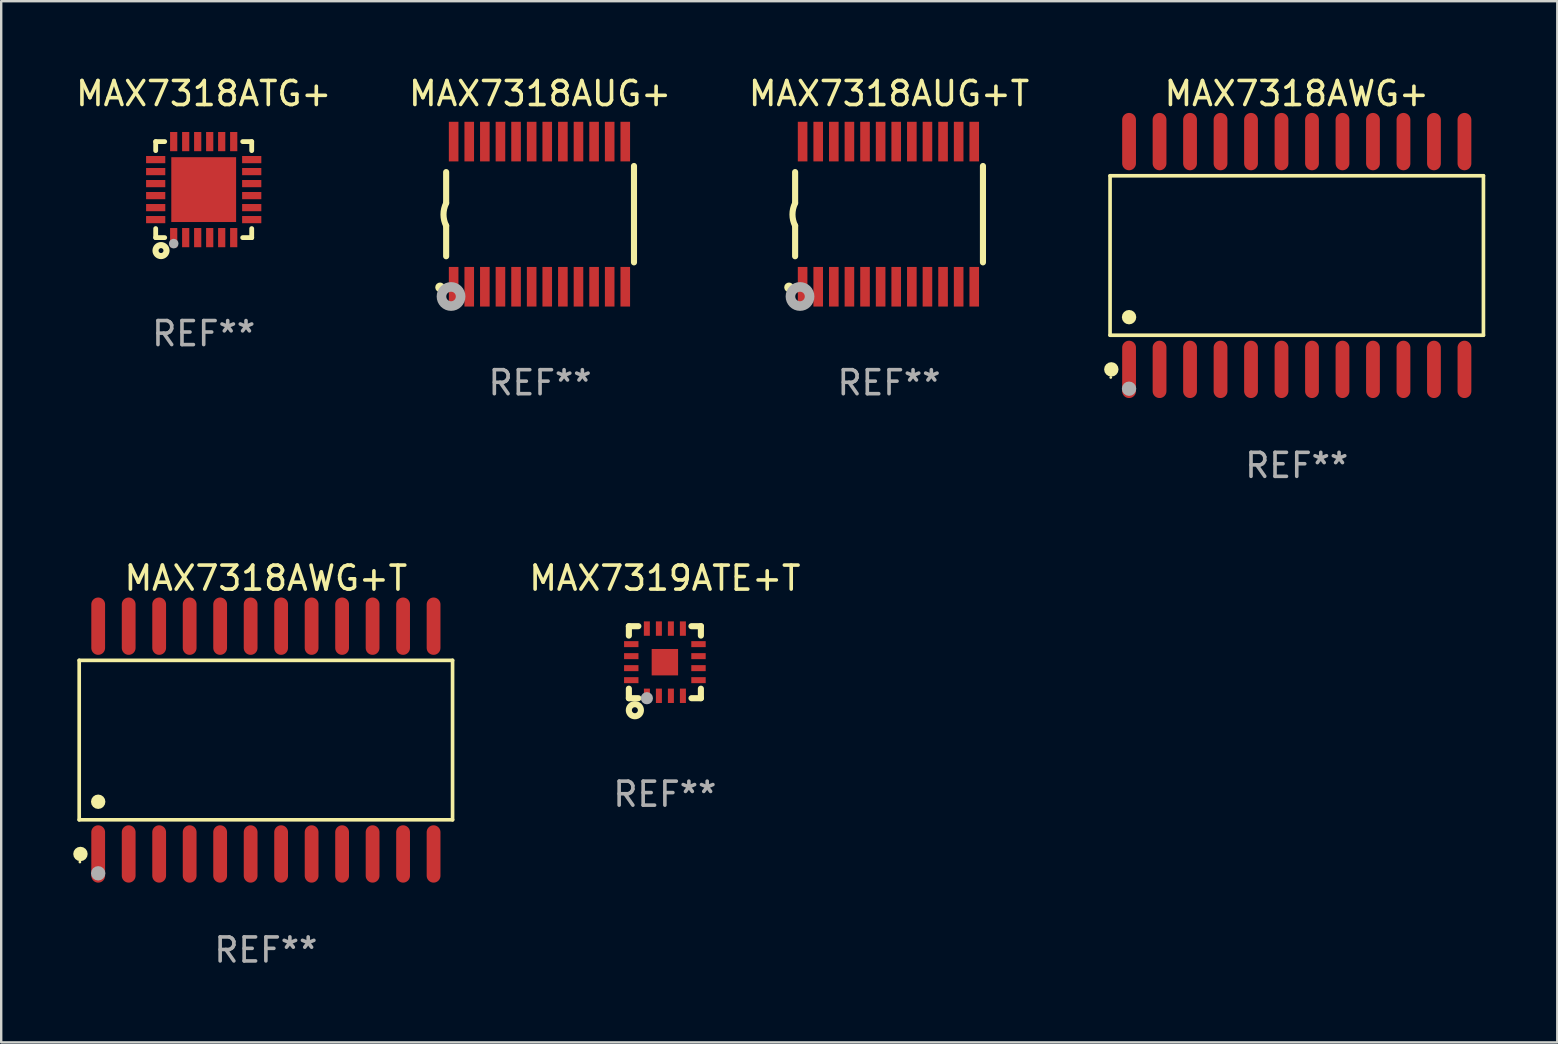
<source format=kicad_pcb>
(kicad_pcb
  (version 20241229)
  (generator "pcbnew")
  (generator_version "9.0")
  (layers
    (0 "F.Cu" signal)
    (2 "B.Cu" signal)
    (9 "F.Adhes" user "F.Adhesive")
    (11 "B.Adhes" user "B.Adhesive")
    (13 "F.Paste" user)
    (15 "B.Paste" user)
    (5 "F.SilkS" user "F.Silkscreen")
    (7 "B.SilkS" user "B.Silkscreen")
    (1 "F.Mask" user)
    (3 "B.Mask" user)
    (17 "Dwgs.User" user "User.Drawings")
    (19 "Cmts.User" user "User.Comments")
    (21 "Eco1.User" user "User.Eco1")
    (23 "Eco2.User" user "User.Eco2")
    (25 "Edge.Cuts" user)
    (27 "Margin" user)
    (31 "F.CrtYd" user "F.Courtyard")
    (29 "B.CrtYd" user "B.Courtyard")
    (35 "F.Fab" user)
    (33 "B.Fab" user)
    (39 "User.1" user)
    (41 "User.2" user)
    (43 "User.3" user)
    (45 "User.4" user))
  (footprint "MAX7318AWG+"
    (layer "F.Cu")
    (at 50.965 7.592)
    (property "Reference" "MAX7318AWG+" (at 0 -6.744 0) (layer "F.SilkS") (effects (font (size 1 1) (thickness 0.15))))
    (attr through_hole)
    (fp_line (start -7.776 -3.321) (end 7.776 -3.321) (stroke (width 0.152) (type solid)) (layer "F.SilkS"))
    (fp_line (start -7.776 3.321) (end -7.776 -3.321) (stroke (width 0.152) (type solid)) (layer "F.SilkS"))
    (fp_line (start 7.776 -3.321) (end 7.776 3.321) (stroke (width 0.152) (type solid)) (layer "F.SilkS"))
    (fp_line (start 7.776 3.321) (end -7.776 3.321) (stroke (width 0.152) (type solid)) (layer "F.SilkS"))
    (fp_circle (center -7.747 5.08) (end -7.717 5.08) (stroke (width 0.06) (type solid)) (fill no) (layer "F.SilkS"))
    (fp_circle (center -7.724 4.744) (end -7.574 4.744) (stroke (width 0.3) (type solid)) (fill no) (layer "F.SilkS"))
    (fp_circle (center -6.985 2.569) (end -6.835 2.569) (stroke (width 0.3) (type solid)) (fill no) (layer "F.SilkS"))
    (fp_circle (center -6.985 5.55) (end -6.835 5.55) (stroke (width 0.3) (type solid)) (fill no) (layer "F.Fab"))
    (fp_text user "REF**" (at 0 8.744 0) (layer "F.Fab") (effects (font (size 1 1) (thickness 0.15))))
    (pad "1" smd oval (at -6.985 4.744) (size 0.574 2.388) (layers "F.Cu" "F.Mask" "F.Paste"))
    (pad "2" smd oval (at -5.715 4.744) (size 0.574 2.388) (layers "F.Cu" "F.Mask" "F.Paste"))
    (pad "3" smd oval (at -4.445 4.744) (size 0.574 2.388) (layers "F.Cu" "F.Mask" "F.Paste"))
    (pad "4" smd oval (at -3.175 4.744) (size 0.574 2.388) (layers "F.Cu" "F.Mask" "F.Paste"))
    (pad "5" smd oval (at -1.905 4.744) (size 0.574 2.388) (layers "F.Cu" "F.Mask" "F.Paste"))
    (pad "6" smd oval (at -0.635 4.744) (size 0.574 2.388) (layers "F.Cu" "F.Mask" "F.Paste"))
    (pad "7" smd oval (at 0.635 4.744) (size 0.574 2.388) (layers "F.Cu" "F.Mask" "F.Paste"))
    (pad "8" smd oval (at 1.905 4.744) (size 0.574 2.388) (layers "F.Cu" "F.Mask" "F.Paste"))
    (pad "9" smd oval (at 3.175 4.744) (size 0.574 2.388) (layers "F.Cu" "F.Mask" "F.Paste"))
    (pad "10" smd oval (at 4.445 4.744) (size 0.574 2.388) (layers "F.Cu" "F.Mask" "F.Paste"))
    (pad "11" smd oval (at 5.715 4.744) (size 0.574 2.388) (layers "F.Cu" "F.Mask" "F.Paste"))
    (pad "12" smd oval (at 6.985 4.744) (size 0.574 2.388) (layers "F.Cu" "F.Mask" "F.Paste"))
    (pad "13" smd oval (at 6.985 -4.744) (size 0.574 2.388) (layers "F.Cu" "F.Mask" "F.Paste"))
    (pad "14" smd oval (at 5.715 -4.744) (size 0.574 2.388) (layers "F.Cu" "F.Mask" "F.Paste"))
    (pad "15" smd oval (at 4.445 -4.744) (size 0.574 2.388) (layers "F.Cu" "F.Mask" "F.Paste"))
    (pad "16" smd oval (at 3.175 -4.744) (size 0.574 2.388) (layers "F.Cu" "F.Mask" "F.Paste"))
    (pad "17" smd oval (at 1.905 -4.744) (size 0.574 2.388) (layers "F.Cu" "F.Mask" "F.Paste"))
    (pad "18" smd oval (at 0.635 -4.744) (size 0.574 2.388) (layers "F.Cu" "F.Mask" "F.Paste"))
    (pad "19" smd oval (at -0.635 -4.744) (size 0.574 2.388) (layers "F.Cu" "F.Mask" "F.Paste"))
    (pad "20" smd oval (at -1.905 -4.744) (size 0.574 2.388) (layers "F.Cu" "F.Mask" "F.Paste"))
    (pad "21" smd oval (at -3.175 -4.744) (size 0.574 2.388) (layers "F.Cu" "F.Mask" "F.Paste"))
    (pad "22" smd oval (at -4.445 -4.744) (size 0.574 2.388) (layers "F.Cu" "F.Mask" "F.Paste"))
    (pad "23" smd oval (at -5.715 -4.744) (size 0.574 2.388) (layers "F.Cu" "F.Mask" "F.Paste"))
    (pad "24" smd oval (at -6.985 -4.744) (size 0.574 2.388) (layers "F.Cu" "F.Mask" "F.Paste")))
  (footprint "MAX7318AUG+T"
    (layer "F.Cu")
    (at 33.982 5.871)
    (property "Reference" "MAX7318AUG+T" (at 0 -5.023 0) (layer "F.SilkS") (effects (font (size 1 1) (thickness 0.15))))
    (attr through_hole)
    (fp_line (start -3.912 -0.483) (end -3.912 -1.753) (stroke (width 0.254) (type solid)) (layer "F.SilkS"))
    (fp_line (start -3.912 1.753) (end -3.912 0.483) (stroke (width 0.254) (type solid)) (layer "F.SilkS"))
    (fp_line (start 3.912 -2.007) (end 3.912 2.007) (stroke (width 0.254) (type solid)) (layer "F.SilkS"))
    (fp_arc (start -3.911608 0.482601) (mid -4.022537 0.0127) (end -3.911608 -0.457201) (stroke (width 0.254001) (type solid)) (layer "F.SilkS"))
    (fp_circle (center -4.166 3.048) (end -4.066 3.048) (stroke (width 0.2) (type solid)) (fill no) (layer "F.SilkS"))
    (fp_circle (center -3.925 3.186) (end -3.895 3.186) (stroke (width 0.06) (type solid)) (fill no) (layer "F.SilkS"))
    (fp_circle (center -3.708 3.429) (end -3.509 3.429) (stroke (width 0.4) (type solid)) (fill no) (layer "F.Fab"))
    (fp_text user "REF**" (at 0 7.023 0) (layer "F.Fab") (effects (font (size 1 1) (thickness 0.15))))
    (pad "1" smd rect (at -3.6 3.023) (size 0.4 1.65) (layers "F.Cu" "F.Mask" "F.Paste"))
    (pad "2" smd rect (at -2.95 3.023) (size 0.4 1.65) (layers "F.Cu" "F.Mask" "F.Paste"))
    (pad "3" smd rect (at -2.3 3.023) (size 0.4 1.65) (layers "F.Cu" "F.Mask" "F.Paste"))
    (pad "4" smd rect (at -1.65 3.023) (size 0.4 1.65) (layers "F.Cu" "F.Mask" "F.Paste"))
    (pad "5" smd rect (at -1 3.023) (size 0.4 1.65) (layers "F.Cu" "F.Mask" "F.Paste"))
    (pad "6" smd rect (at -0.35 3.023) (size 0.4 1.65) (layers "F.Cu" "F.Mask" "F.Paste"))
    (pad "7" smd rect (at 0.299 3.023) (size 0.4 1.65) (layers "F.Cu" "F.Mask" "F.Paste"))
    (pad "8" smd rect (at 0.95 3.023) (size 0.4 1.65) (layers "F.Cu" "F.Mask" "F.Paste"))
    (pad "9" smd rect (at 1.6 3.023) (size 0.4 1.65) (layers "F.Cu" "F.Mask" "F.Paste"))
    (pad "10" smd rect (at 2.25 3.023) (size 0.4 1.65) (layers "F.Cu" "F.Mask" "F.Paste"))
    (pad "11" smd rect (at 2.9 3.023) (size 0.4 1.65) (layers "F.Cu" "F.Mask" "F.Paste"))
    (pad "12" smd rect (at 3.549 3.023) (size 0.4 1.65) (layers "F.Cu" "F.Mask" "F.Paste"))
    (pad "13" smd rect (at 3.549 -3.023) (size 0.4 1.65) (layers "F.Cu" "F.Mask" "F.Paste"))
    (pad "14" smd rect (at 2.9 -3.023) (size 0.4 1.65) (layers "F.Cu" "F.Mask" "F.Paste"))
    (pad "15" smd rect (at 2.25 -3.023) (size 0.4 1.65) (layers "F.Cu" "F.Mask" "F.Paste"))
    (pad "16" smd rect (at 1.6 -3.023) (size 0.4 1.65) (layers "F.Cu" "F.Mask" "F.Paste"))
    (pad "17" smd rect (at 0.95 -3.023) (size 0.4 1.65) (layers "F.Cu" "F.Mask" "F.Paste"))
    (pad "18" smd rect (at 0.299 -3.023) (size 0.4 1.65) (layers "F.Cu" "F.Mask" "F.Paste"))
    (pad "19" smd rect (at -0.35 -3.023) (size 0.4 1.65) (layers "F.Cu" "F.Mask" "F.Paste"))
    (pad "20" smd rect (at -1 -3.023) (size 0.4 1.65) (layers "F.Cu" "F.Mask" "F.Paste"))
    (pad "21" smd rect (at -1.65 -3.023) (size 0.4 1.65) (layers "F.Cu" "F.Mask" "F.Paste"))
    (pad "22" smd rect (at -2.3 -3.023) (size 0.4 1.65) (layers "F.Cu" "F.Mask" "F.Paste"))
    (pad "23" smd rect (at -2.95 -3.023) (size 0.4 1.65) (layers "F.Cu" "F.Mask" "F.Paste"))
    (pad "24" smd rect (at -3.6 -3.023) (size 0.4 1.65) (layers "F.Cu" "F.Mask" "F.Paste")))
  (footprint "MAX7318ATG+"
    (layer "F.Cu")
    (at 5.435 4.848)
    (property "Reference" "MAX7318ATG+" (at 0 -4 0) (layer "F.SilkS") (effects (font (size 1 1) (thickness 0.15))))
    (attr through_hole)
    (fp_line (start -2 -2) (end -1.624 -2) (stroke (width 0.2) (type solid)) (layer "F.SilkS"))
    (fp_line (start -2 -1.624) (end -2 -2) (stroke (width 0.2) (type solid)) (layer "F.SilkS"))
    (fp_line (start -2 2) (end -2 1.624) (stroke (width 0.2) (type solid)) (layer "F.SilkS"))
    (fp_line (start -2 2) (end -1.624 2) (stroke (width 0.2) (type solid)) (layer "F.SilkS"))
    (fp_line (start 1.624 -2) (end 2 -2) (stroke (width 0.2) (type solid)) (layer "F.SilkS"))
    (fp_line (start 1.624 2) (end 2 2) (stroke (width 0.2) (type solid)) (layer "F.SilkS"))
    (fp_line (start 2 -2) (end 2 -1.624) (stroke (width 0.2) (type solid)) (layer "F.SilkS"))
    (fp_line (start 2 1.624) (end 2 2) (stroke (width 0.2) (type solid)) (layer "F.SilkS"))
    (fp_circle (center -2 2) (end -1.97 2) (stroke (width 0.06) (type solid)) (fill no) (layer "F.SilkS"))
    (fp_circle (center -1.778 2.54) (end -1.676 2.54) (stroke (width 0.254) (type solid)) (fill no) (layer "F.SilkS"))
    (fp_circle (center -1.25 2.25) (end -1.15 2.25) (stroke (width 0.2) (type solid)) (fill no) (layer "F.Fab"))
    (fp_text user "REF**" (at 0 6 0) (layer "F.Fab") (effects (font (size 1 1) (thickness 0.15))))
    (pad "1" smd rect (at -1.25 2) (size 0.3 0.8) (layers "F.Cu" "F.Mask" "F.Paste"))
    (pad "2" smd rect (at -0.75 2) (size 0.3 0.8) (layers "F.Cu" "F.Mask" "F.Paste"))
    (pad "3" smd rect (at -0.25 2) (size 0.3 0.8) (layers "F.Cu" "F.Mask" "F.Paste"))
    (pad "4" smd rect (at 0.25 2) (size 0.3 0.8) (layers "F.Cu" "F.Mask" "F.Paste"))
    (pad "5" smd rect (at 0.75 2) (size 0.3 0.8) (layers "F.Cu" "F.Mask" "F.Paste"))
    (pad "6" smd rect (at 1.25 2) (size 0.3 0.8) (layers "F.Cu" "F.Mask" "F.Paste"))
    (pad "7" smd rect (at 2 1.25 90) (size 0.3 0.8) (layers "F.Cu" "F.Mask" "F.Paste"))
    (pad "8" smd rect (at 2 0.75 90) (size 0.3 0.8) (layers "F.Cu" "F.Mask" "F.Paste"))
    (pad "9" smd rect (at 2 0.25 90) (size 0.3 0.8) (layers "F.Cu" "F.Mask" "F.Paste"))
    (pad "10" smd rect (at 2 -0.25 90) (size 0.3 0.8) (layers "F.Cu" "F.Mask" "F.Paste"))
    (pad "11" smd rect (at 2 -0.75 90) (size 0.3 0.8) (layers "F.Cu" "F.Mask" "F.Paste"))
    (pad "12" smd rect (at 2 -1.25 90) (size 0.3 0.8) (layers "F.Cu" "F.Mask" "F.Paste"))
    (pad "13" smd rect (at 1.25 -2 180) (size 0.3 0.8) (layers "F.Cu" "F.Mask" "F.Paste"))
    (pad "14" smd rect (at 0.75 -2 180) (size 0.3 0.8) (layers "F.Cu" "F.Mask" "F.Paste"))
    (pad "15" smd rect (at 0.25 -2 180) (size 0.3 0.8) (layers "F.Cu" "F.Mask" "F.Paste"))
    (pad "16" smd rect (at -0.25 -2 180) (size 0.3 0.8) (layers "F.Cu" "F.Mask" "F.Paste"))
    (pad "17" smd rect (at -0.75 -2 180) (size 0.3 0.8) (layers "F.Cu" "F.Mask" "F.Paste"))
    (pad "18" smd rect (at -1.25 -2 180) (size 0.3 0.8) (layers "F.Cu" "F.Mask" "F.Paste"))
    (pad "19" smd rect (at -2 -1.25 270) (size 0.3 0.8) (layers "F.Cu" "F.Mask" "F.Paste"))
    (pad "20" smd rect (at -2 -0.75 270) (size 0.3 0.8) (layers "F.Cu" "F.Mask" "F.Paste"))
    (pad "21" smd rect (at -2 -0.25 270) (size 0.3 0.8) (layers "F.Cu" "F.Mask" "F.Paste"))
    (pad "22" smd rect (at -2 0.25 270) (size 0.3 0.8) (layers "F.Cu" "F.Mask" "F.Paste"))
    (pad "23" smd rect (at -2 0.75 270) (size 0.3 0.8) (layers "F.Cu" "F.Mask" "F.Paste"))
    (pad "24" smd rect (at -2 1.25 270) (size 0.3 0.8) (layers "F.Cu" "F.Mask" "F.Paste"))
    (pad "25" smd rect (at 0 0) (size 2.7 2.7) (layers "F.Cu" "F.Mask" "F.Paste")))
  (footprint "MAX7318AUG+"
    (layer "F.Cu")
    (at 19.446 5.871)
    (property "Reference" "MAX7318AUG+" (at 0 -5.023 0) (layer "F.SilkS") (effects (font (size 1 1) (thickness 0.15))))
    (attr through_hole)
    (fp_line (start -3.912 -0.483) (end -3.912 -1.753) (stroke (width 0.254) (type solid)) (layer "F.SilkS"))
    (fp_line (start -3.912 1.753) (end -3.912 0.483) (stroke (width 0.254) (type solid)) (layer "F.SilkS"))
    (fp_line (start 3.912 -2.007) (end 3.912 2.007) (stroke (width 0.254) (type solid)) (layer "F.SilkS"))
    (fp_arc (start -3.911608 0.482601) (mid -4.022537 0.0127) (end -3.911608 -0.457201) (stroke (width 0.254001) (type solid)) (layer "F.SilkS"))
    (fp_circle (center -4.166 3.048) (end -4.066 3.048) (stroke (width 0.2) (type solid)) (fill no) (layer "F.SilkS"))
    (fp_circle (center -3.925 3.186) (end -3.895 3.186) (stroke (width 0.06) (type solid)) (fill no) (layer "F.SilkS"))
    (fp_circle (center -3.708 3.429) (end -3.509 3.429) (stroke (width 0.4) (type solid)) (fill no) (layer "F.Fab"))
    (fp_text user "REF**" (at 0 7.023 0) (layer "F.Fab") (effects (font (size 1 1) (thickness 0.15))))
    (pad "1" smd rect (at -3.6 3.023) (size 0.4 1.65) (layers "F.Cu" "F.Mask" "F.Paste"))
    (pad "2" smd rect (at -2.95 3.023) (size 0.4 1.65) (layers "F.Cu" "F.Mask" "F.Paste"))
    (pad "3" smd rect (at -2.3 3.023) (size 0.4 1.65) (layers "F.Cu" "F.Mask" "F.Paste"))
    (pad "4" smd rect (at -1.65 3.023) (size 0.4 1.65) (layers "F.Cu" "F.Mask" "F.Paste"))
    (pad "5" smd rect (at -1 3.023) (size 0.4 1.65) (layers "F.Cu" "F.Mask" "F.Paste"))
    (pad "6" smd rect (at -0.35 3.023) (size 0.4 1.65) (layers "F.Cu" "F.Mask" "F.Paste"))
    (pad "7" smd rect (at 0.299 3.023) (size 0.4 1.65) (layers "F.Cu" "F.Mask" "F.Paste"))
    (pad "8" smd rect (at 0.95 3.023) (size 0.4 1.65) (layers "F.Cu" "F.Mask" "F.Paste"))
    (pad "9" smd rect (at 1.6 3.023) (size 0.4 1.65) (layers "F.Cu" "F.Mask" "F.Paste"))
    (pad "10" smd rect (at 2.25 3.023) (size 0.4 1.65) (layers "F.Cu" "F.Mask" "F.Paste"))
    (pad "11" smd rect (at 2.9 3.023) (size 0.4 1.65) (layers "F.Cu" "F.Mask" "F.Paste"))
    (pad "12" smd rect (at 3.549 3.023) (size 0.4 1.65) (layers "F.Cu" "F.Mask" "F.Paste"))
    (pad "13" smd rect (at 3.549 -3.023) (size 0.4 1.65) (layers "F.Cu" "F.Mask" "F.Paste"))
    (pad "14" smd rect (at 2.9 -3.023) (size 0.4 1.65) (layers "F.Cu" "F.Mask" "F.Paste"))
    (pad "15" smd rect (at 2.25 -3.023) (size 0.4 1.65) (layers "F.Cu" "F.Mask" "F.Paste"))
    (pad "16" smd rect (at 1.6 -3.023) (size 0.4 1.65) (layers "F.Cu" "F.Mask" "F.Paste"))
    (pad "17" smd rect (at 0.95 -3.023) (size 0.4 1.65) (layers "F.Cu" "F.Mask" "F.Paste"))
    (pad "18" smd rect (at 0.299 -3.023) (size 0.4 1.65) (layers "F.Cu" "F.Mask" "F.Paste"))
    (pad "19" smd rect (at -0.35 -3.023) (size 0.4 1.65) (layers "F.Cu" "F.Mask" "F.Paste"))
    (pad "20" smd rect (at -1 -3.023) (size 0.4 1.65) (layers "F.Cu" "F.Mask" "F.Paste"))
    (pad "21" smd rect (at -1.65 -3.023) (size 0.4 1.65) (layers "F.Cu" "F.Mask" "F.Paste"))
    (pad "22" smd rect (at -2.3 -3.023) (size 0.4 1.65) (layers "F.Cu" "F.Mask" "F.Paste"))
    (pad "23" smd rect (at -2.95 -3.023) (size 0.4 1.65) (layers "F.Cu" "F.Mask" "F.Paste"))
    (pad "24" smd rect (at -3.6 -3.023) (size 0.4 1.65) (layers "F.Cu" "F.Mask" "F.Paste")))
  (footprint "MAX7318AWG+T"
    (layer "F.Cu")
    (at 8.025 27.777)
    (property "Reference" "MAX7318AWG+T" (at 0 -6.744 0) (layer "F.SilkS") (effects (font (size 1 1) (thickness 0.15))))
    (attr through_hole)
    (fp_line (start -7.776 -3.321) (end 7.776 -3.321) (stroke (width 0.152) (type solid)) (layer "F.SilkS"))
    (fp_line (start -7.776 3.321) (end -7.776 -3.321) (stroke (width 0.152) (type solid)) (layer "F.SilkS"))
    (fp_line (start 7.776 -3.321) (end 7.776 3.321) (stroke (width 0.152) (type solid)) (layer "F.SilkS"))
    (fp_line (start 7.776 3.321) (end -7.776 3.321) (stroke (width 0.152) (type solid)) (layer "F.SilkS"))
    (fp_circle (center -7.747 5.08) (end -7.717 5.08) (stroke (width 0.06) (type solid)) (fill no) (layer "F.SilkS"))
    (fp_circle (center -7.724 4.744) (end -7.574 4.744) (stroke (width 0.3) (type solid)) (fill no) (layer "F.SilkS"))
    (fp_circle (center -6.985 2.569) (end -6.835 2.569) (stroke (width 0.3) (type solid)) (fill no) (layer "F.SilkS"))
    (fp_circle (center -6.985 5.55) (end -6.835 5.55) (stroke (width 0.3) (type solid)) (fill no) (layer "F.Fab"))
    (fp_text user "REF**" (at 0 8.744 0) (layer "F.Fab") (effects (font (size 1 1) (thickness 0.15))))
    (pad "1" smd oval (at -6.985 4.744) (size 0.574 2.388) (layers "F.Cu" "F.Mask" "F.Paste"))
    (pad "2" smd oval (at -5.715 4.744) (size 0.574 2.388) (layers "F.Cu" "F.Mask" "F.Paste"))
    (pad "3" smd oval (at -4.445 4.744) (size 0.574 2.388) (layers "F.Cu" "F.Mask" "F.Paste"))
    (pad "4" smd oval (at -3.175 4.744) (size 0.574 2.388) (layers "F.Cu" "F.Mask" "F.Paste"))
    (pad "5" smd oval (at -1.905 4.744) (size 0.574 2.388) (layers "F.Cu" "F.Mask" "F.Paste"))
    (pad "6" smd oval (at -0.635 4.744) (size 0.574 2.388) (layers "F.Cu" "F.Mask" "F.Paste"))
    (pad "7" smd oval (at 0.635 4.744) (size 0.574 2.388) (layers "F.Cu" "F.Mask" "F.Paste"))
    (pad "8" smd oval (at 1.905 4.744) (size 0.574 2.388) (layers "F.Cu" "F.Mask" "F.Paste"))
    (pad "9" smd oval (at 3.175 4.744) (size 0.574 2.388) (layers "F.Cu" "F.Mask" "F.Paste"))
    (pad "10" smd oval (at 4.445 4.744) (size 0.574 2.388) (layers "F.Cu" "F.Mask" "F.Paste"))
    (pad "11" smd oval (at 5.715 4.744) (size 0.574 2.388) (layers "F.Cu" "F.Mask" "F.Paste"))
    (pad "12" smd oval (at 6.985 4.744) (size 0.574 2.388) (layers "F.Cu" "F.Mask" "F.Paste"))
    (pad "13" smd oval (at 6.985 -4.744) (size 0.574 2.388) (layers "F.Cu" "F.Mask" "F.Paste"))
    (pad "14" smd oval (at 5.715 -4.744) (size 0.574 2.388) (layers "F.Cu" "F.Mask" "F.Paste"))
    (pad "15" smd oval (at 4.445 -4.744) (size 0.574 2.388) (layers "F.Cu" "F.Mask" "F.Paste"))
    (pad "16" smd oval (at 3.175 -4.744) (size 0.574 2.388) (layers "F.Cu" "F.Mask" "F.Paste"))
    (pad "17" smd oval (at 1.905 -4.744) (size 0.574 2.388) (layers "F.Cu" "F.Mask" "F.Paste"))
    (pad "18" smd oval (at 0.635 -4.744) (size 0.574 2.388) (layers "F.Cu" "F.Mask" "F.Paste"))
    (pad "19" smd oval (at -0.635 -4.744) (size 0.574 2.388) (layers "F.Cu" "F.Mask" "F.Paste"))
    (pad "20" smd oval (at -1.905 -4.744) (size 0.574 2.388) (layers "F.Cu" "F.Mask" "F.Paste"))
    (pad "21" smd oval (at -3.175 -4.744) (size 0.574 2.388) (layers "F.Cu" "F.Mask" "F.Paste"))
    (pad "22" smd oval (at -4.445 -4.744) (size 0.574 2.388) (layers "F.Cu" "F.Mask" "F.Paste"))
    (pad "23" smd oval (at -5.715 -4.744) (size 0.574 2.388) (layers "F.Cu" "F.Mask" "F.Paste"))
    (pad "24" smd oval (at -6.985 -4.744) (size 0.574 2.388) (layers "F.Cu" "F.Mask" "F.Paste")))
  (footprint "MAX7319ATE+T"
    (layer "F.Cu")
    (at 24.645 24.533)
    (property "Reference" "MAX7319ATE+T" (at 0 -3.5 0) (layer "F.SilkS") (effects (font (size 1 1) (thickness 0.15))))
    (attr through_hole)
    (fp_line (start -1.5 -1.5) (end -1.5 -1.108) (stroke (width 0.254) (type solid)) (layer "F.SilkS"))
    (fp_line (start -1.5 -1.5) (end -1.105 -1.5) (stroke (width 0.254) (type solid)) (layer "F.SilkS"))
    (fp_line (start -1.5 1.104) (end -1.5 1.5) (stroke (width 0.254) (type solid)) (layer "F.SilkS"))
    (fp_line (start -1.5 1.5) (end -1.105 1.5) (stroke (width 0.254) (type solid)) (layer "F.SilkS"))
    (fp_line (start 1.106 -1.5) (end 1.5 -1.5) (stroke (width 0.254) (type solid)) (layer "F.SilkS"))
    (fp_line (start 1.108 1.5) (end 1.5 1.5) (stroke (width 0.254) (type solid)) (layer "F.SilkS"))
    (fp_line (start 1.5 -1.108) (end 1.5 -1.5) (stroke (width 0.254) (type solid)) (layer "F.SilkS"))
    (fp_line (start 1.5 1.5) (end 1.5 1.104) (stroke (width 0.254) (type solid)) (layer "F.SilkS"))
    (fp_circle (center -1.5 1.5) (end -1.47 1.5) (stroke (width 0.06) (type solid)) (fill no) (layer "F.SilkS"))
    (fp_circle (center -1.25 2) (end -1.125 2) (stroke (width 0.254) (type solid)) (fill no) (layer "F.SilkS"))
    (fp_circle (center -0.75 1.5) (end -0.623 1.5) (stroke (width 0.254) (type solid)) (fill no) (layer "F.Fab"))
    (fp_text user "REF**" (at 0 5.5 0) (layer "F.Fab") (effects (font (size 1 1) (thickness 0.15))))
    (pad "1" smd rect (at -0.749 1.4 180) (size 0.25 0.6) (layers "F.Cu" "F.Mask" "F.Paste"))
    (pad "2" smd rect (at -0.249 1.4 180) (size 0.25 0.6) (layers "F.Cu" "F.Mask" "F.Paste"))
    (pad "3" smd rect (at 0.251 1.4 180) (size 0.25 0.6) (layers "F.Cu" "F.Mask" "F.Paste"))
    (pad "4" smd rect (at 0.751 1.4 180) (size 0.25 0.6) (layers "F.Cu" "F.Mask" "F.Paste"))
    (pad "5" smd rect (at 1.4 0.748 270) (size 0.25 0.6) (layers "F.Cu" "F.Mask" "F.Paste"))
    (pad "6" smd rect (at 1.4 0.248 270) (size 0.25 0.6) (layers "F.Cu" "F.Mask" "F.Paste"))
    (pad "7" smd rect (at 1.4 -0.252 270) (size 0.25 0.6) (layers "F.Cu" "F.Mask" "F.Paste"))
    (pad "8" smd rect (at 1.4 -0.752 270) (size 0.25 0.6) (layers "F.Cu" "F.Mask" "F.Paste"))
    (pad "9" smd rect (at 0.75 -1.4) (size 0.25 0.6) (layers "F.Cu" "F.Mask" "F.Paste"))
    (pad "10" smd rect (at 0.25 -1.4) (size 0.25 0.6) (layers "F.Cu" "F.Mask" "F.Paste"))
    (pad "11" smd rect (at -0.25 -1.4) (size 0.25 0.6) (layers "F.Cu" "F.Mask" "F.Paste"))
    (pad "12" smd rect (at -0.751 -1.4) (size 0.25 0.6) (layers "F.Cu" "F.Mask" "F.Paste"))
    (pad "13" smd rect (at -1.4 -0.752 90) (size 0.25 0.6) (layers "F.Cu" "F.Mask" "F.Paste"))
    (pad "14" smd rect (at -1.4 -0.252 90) (size 0.25 0.6) (layers "F.Cu" "F.Mask" "F.Paste"))
    (pad "15" smd rect (at -1.4 0.248 90) (size 0.25 0.6) (layers "F.Cu" "F.Mask" "F.Paste"))
    (pad "16" smd rect (at -1.4 0.748 90) (size 0.25 0.6) (layers "F.Cu" "F.Mask" "F.Paste"))
    (pad "17" smd rect (at -0.000241 0.000013 90) (size 1.1 1.1) (layers "F.Cu" "F.Mask" "F.Paste")))
  (gr_rect
    (start -3 -3)
    (end 61.817 40.369)
    (stroke (width 0.1) (type default))
    (fill no)
    (layer "Edge.Cuts")))
</source>
